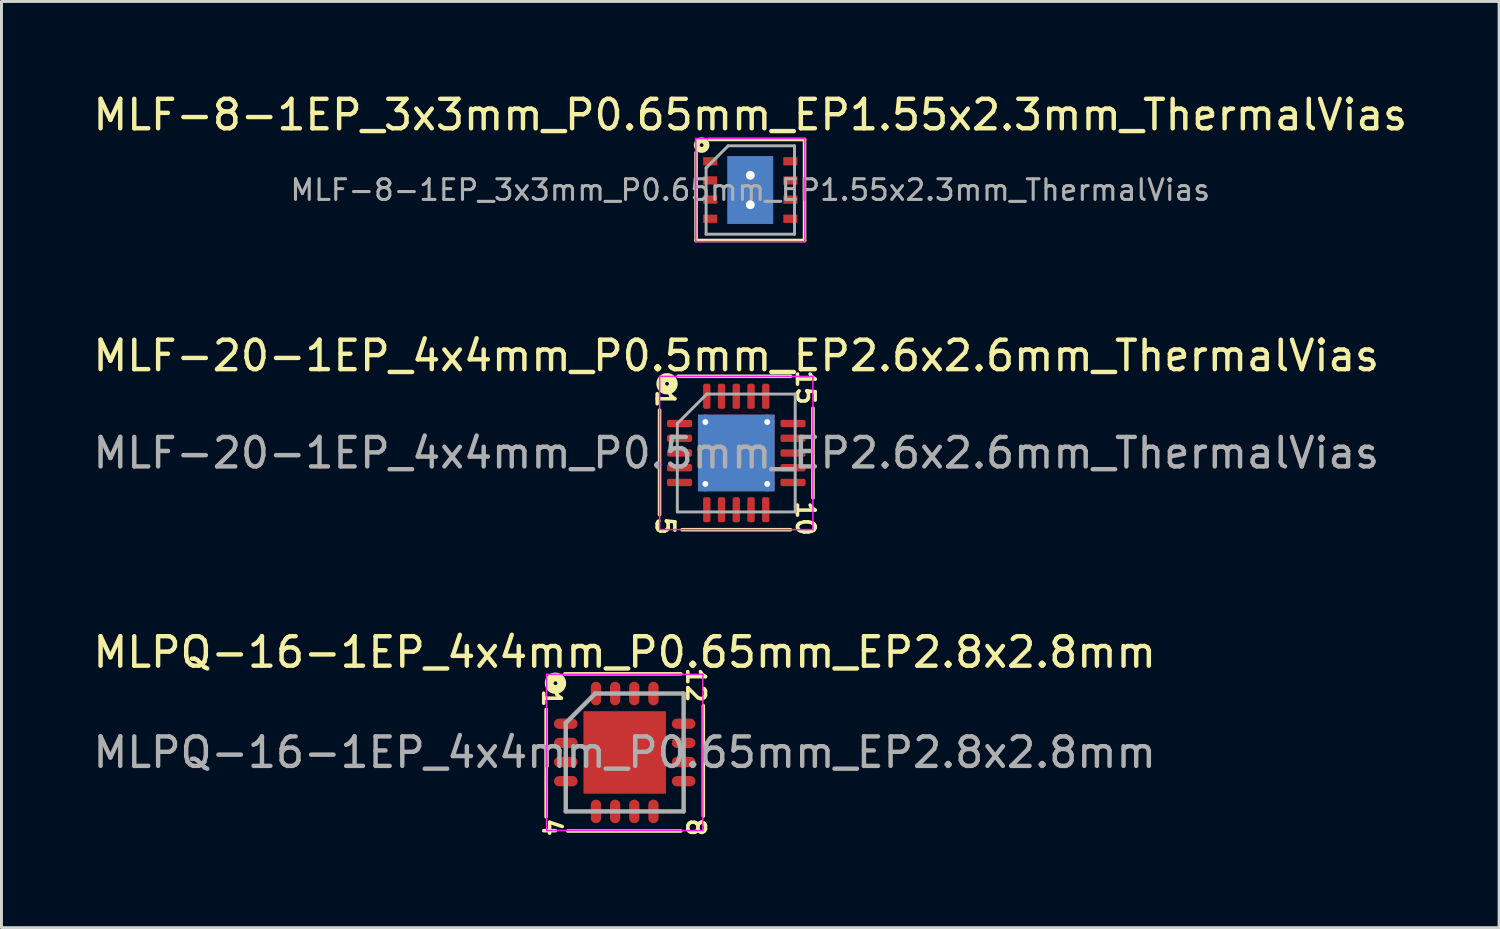
<source format=kicad_pcb>
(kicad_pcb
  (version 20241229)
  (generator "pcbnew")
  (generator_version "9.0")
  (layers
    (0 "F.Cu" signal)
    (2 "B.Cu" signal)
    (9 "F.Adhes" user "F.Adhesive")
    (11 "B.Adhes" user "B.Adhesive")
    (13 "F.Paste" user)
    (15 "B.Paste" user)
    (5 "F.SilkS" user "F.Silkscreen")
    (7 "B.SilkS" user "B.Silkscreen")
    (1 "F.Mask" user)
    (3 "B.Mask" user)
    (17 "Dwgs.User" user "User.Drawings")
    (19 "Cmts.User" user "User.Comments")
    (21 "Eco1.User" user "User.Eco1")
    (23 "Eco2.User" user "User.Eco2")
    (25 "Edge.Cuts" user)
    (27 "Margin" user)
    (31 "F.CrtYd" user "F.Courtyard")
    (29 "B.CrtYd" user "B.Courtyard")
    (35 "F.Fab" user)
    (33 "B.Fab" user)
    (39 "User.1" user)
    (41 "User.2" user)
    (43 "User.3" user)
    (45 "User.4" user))
  (footprint "MLF-8-1EP_3x3mm_P0.65mm_EP1.55x2.3mm_ThermalVias"
    (layer "F.Cu")
    (at 22.411 3.398)
    (property "Reference" "MLF-8-1EP_3x3mm_P0.65mm_EP1.55x2.3mm_ThermalVias" (at 0 -2.55 0) (layer "F.SilkS") (effects (font (size 1 1) (thickness 0.15))))
    (attr smd)
    (fp_line (start -1.841 1.714) (end -1.841 -1.27) (stroke (width 0.12) (type solid)) (layer "F.SilkS"))
    (fp_line (start -1.397 -1.714) (end 1.841 -1.714) (stroke (width 0.12) (type solid)) (layer "F.SilkS"))
    (fp_line (start 1.841 -1.714) (end 1.841 1.714) (stroke (width 0.12) (type solid)) (layer "F.SilkS"))
    (fp_line (start 1.841 1.714) (end -1.841 1.714) (stroke (width 0.12) (type solid)) (layer "F.SilkS"))
    (fp_circle (center -1.651 -1.524) (end -1.587 -1.524) (stroke (width 0.2) (type solid)) (fill no) (layer "F.SilkS"))
    (fp_line (start -1.85 -1.75) (end -1.85 1.75) (stroke (width 0.05) (type solid)) (layer "F.CrtYd"))
    (fp_line (start -1.85 -1.75) (end 1.85 -1.75) (stroke (width 0.05) (type solid)) (layer "F.CrtYd"))
    (fp_line (start -1.85 1.75) (end 1.85 1.75) (stroke (width 0.05) (type solid)) (layer "F.CrtYd"))
    (fp_line (start 1.85 -1.75) (end 1.85 1.75) (stroke (width 0.05) (type solid)) (layer "F.CrtYd"))
    (fp_line (start -1.5 -0.75) (end -0.75 -1.5) (stroke (width 0.1) (type solid)) (layer "F.Fab"))
    (fp_line (start -1.5 1.5) (end -1.5 -0.75) (stroke (width 0.1) (type solid)) (layer "F.Fab"))
    (fp_line (start -0.75 -1.5) (end 1.5 -1.5) (stroke (width 0.1) (type solid)) (layer "F.Fab"))
    (fp_line (start 1.5 -1.5) (end 1.5 1.5) (stroke (width 0.1) (type solid)) (layer "F.Fab"))
    (fp_line (start 1.5 1.5) (end -1.5 1.5) (stroke (width 0.1) (type solid)) (layer "F.Fab"))
    (fp_text user "${REFERENCE}" (at 0 0 0) (layer "F.Fab") (effects (font (size 0.7 0.7) (thickness 0.105))))
    (pad "" smd rect (at 0 -0.9) (size 1.5 0.4) (layers "F.Paste"))
    (pad "" smd rect (at 0 0) (size 1.5 0.65) (layers "F.Paste"))
    (pad "" smd rect (at 0 0.9) (size 1.5 0.4) (layers "F.Paste"))
    (pad "1" smd rect (at -1.36 -0.975) (size 0.48 0.28) (layers "F.Cu" "F.Mask" "F.Paste"))
    (pad "2" smd rect (at -1.36 -0.325) (size 0.48 0.28) (layers "F.Cu" "F.Mask" "F.Paste"))
    (pad "3" smd rect (at -1.36 0.325) (size 0.48 0.28) (layers "F.Cu" "F.Mask" "F.Paste"))
    (pad "4" smd rect (at -1.36 0.975) (size 0.48 0.28) (layers "F.Cu" "F.Mask" "F.Paste"))
    (pad "5" smd rect (at 1.36 0.975) (size 0.48 0.28) (layers "F.Cu" "F.Mask" "F.Paste"))
    (pad "6" smd rect (at 1.36 0.325) (size 0.48 0.28) (layers "F.Cu" "F.Mask" "F.Paste"))
    (pad "7" smd rect (at 1.36 -0.325) (size 0.48 0.28) (layers "F.Cu" "F.Mask" "F.Paste"))
    (pad "8" smd rect (at 1.36 -0.975) (size 0.48 0.28) (layers "F.Cu" "F.Mask" "F.Paste"))
    (pad "9" thru_hole circle (at 0 -0.5) (size 0.6 0.6) (drill 0.3) (layers "*.Cu" "*.Mask"))
    (pad "9" smd rect (at 0 0) (size 1.55 2.3) (layers "F.Cu" "F.Mask"))
    (pad "9" smd rect (at 0 0) (size 1.55 2.3) (layers "B.Cu" "B.Mask"))
    (pad "9" thru_hole circle (at 0 0.5) (size 0.6 0.6) (drill 0.3) (layers "*.Cu" "*.Mask")))
  (footprint "MLF-20-1EP_4x4mm_P0.5mm_EP2.6x2.6mm_ThermalVias"
    (layer "F.Cu")
    (at 21.935 12.322)
    (property "Reference" "MLF-20-1EP_4x4mm_P0.5mm_EP2.6x2.6mm_ThermalVias" (at 0 -3.3 0) (layer "F.SilkS") (effects (font (size 1 1) (thickness 0.15))))
    (attr smd)
    (fp_line (start -2.603 2.095) (end -2.603 -1.46) (stroke (width 0.12) (type solid)) (layer "F.SilkS"))
    (fp_line (start -1.968 -2.603) (end 1.841 -2.603) (stroke (width 0.12) (type solid)) (layer "F.SilkS"))
    (fp_line (start 1.841 2.603) (end -1.841 2.603) (stroke (width 0.12) (type solid)) (layer "F.SilkS"))
    (fp_line (start 2.603 -1.524) (end 2.603 1.524) (stroke (width 0.12) (type solid)) (layer "F.SilkS"))
    (fp_circle (center -2.349 -2.349) (end -2.286 -2.349) (stroke (width 0.3) (type solid)) (fill no) (layer "F.SilkS"))
    (fp_line (start -2.6 -2.6) (end -2.6 2.6) (stroke (width 0.05) (type solid)) (layer "F.CrtYd"))
    (fp_line (start -2.6 2.6) (end 2.6 2.6) (stroke (width 0.05) (type solid)) (layer "F.CrtYd"))
    (fp_line (start 2.6 -2.6) (end -2.6 -2.6) (stroke (width 0.05) (type solid)) (layer "F.CrtYd"))
    (fp_line (start 2.6 2.6) (end 2.6 -2.6) (stroke (width 0.05) (type solid)) (layer "F.CrtYd"))
    (fp_line (start -2 -1) (end -1 -2) (stroke (width 0.1) (type solid)) (layer "F.Fab"))
    (fp_line (start -2 2) (end -2 -1) (stroke (width 0.1) (type solid)) (layer "F.Fab"))
    (fp_line (start -1 -2) (end 2 -2) (stroke (width 0.1) (type solid)) (layer "F.Fab"))
    (fp_line (start 2 -2) (end 2 2) (stroke (width 0.1) (type solid)) (layer "F.Fab"))
    (fp_line (start 2 2) (end -2 2) (stroke (width 0.1) (type solid)) (layer "F.Fab"))
    (fp_text user "15" (at 2.349 -2.223 270) (unlocked yes) (layer "F.SilkS") (effects (font (size 0.6 0.6) (thickness 0.12))))
    (fp_text user "10" (at 2.349 2.223 270) (unlocked yes) (layer "F.SilkS") (effects (font (size 0.6 0.6) (thickness 0.12))))
    (fp_text user "1" (at -2.413 -1.841 270) (unlocked yes) (layer "F.SilkS") (effects (font (size 0.6 0.6) (thickness 0.12))))
    (fp_text user "5" (at -2.413 2.477 270) (unlocked yes) (layer "F.SilkS") (effects (font (size 0.6 0.6) (thickness 0.12))))
    (fp_text user "${REFERENCE}" (at 0 0 0) (layer "F.Fab") (effects (font (size 1 1) (thickness 0.15))))
    (pad "" smd roundrect (at -0.65 -0.65) (size 1.13 1.13) (layers "F.Paste") (roundrect_rratio 0.221))
    (pad "" smd roundrect (at -0.65 0.65) (size 1.13 1.13) (layers "F.Paste") (roundrect_rratio 0.221))
    (pad "" smd roundrect (at 0.65 -0.65) (size 1.13 1.13) (layers "F.Paste") (roundrect_rratio 0.221))
    (pad "" smd roundrect (at 0.65 0.65) (size 1.13 1.13) (layers "F.Paste") (roundrect_rratio 0.221))
    (pad "1" smd roundrect (at -1.925 -1) (size 0.85 0.25) (layers "F.Cu" "F.Mask" "F.Paste") (roundrect_rratio 0.25))
    (pad "2" smd roundrect (at -1.925 -0.5) (size 0.85 0.25) (layers "F.Cu" "F.Mask" "F.Paste") (roundrect_rratio 0.25))
    (pad "3" smd roundrect (at -1.925 0) (size 0.85 0.25) (layers "F.Cu" "F.Mask" "F.Paste") (roundrect_rratio 0.25))
    (pad "4" smd roundrect (at -1.925 0.5) (size 0.85 0.25) (layers "F.Cu" "F.Mask" "F.Paste") (roundrect_rratio 0.25))
    (pad "5" smd roundrect (at -1.925 1) (size 0.85 0.25) (layers "F.Cu" "F.Mask" "F.Paste") (roundrect_rratio 0.25))
    (pad "6" smd roundrect (at -1 1.925) (size 0.25 0.85) (layers "F.Cu" "F.Mask" "F.Paste") (roundrect_rratio 0.25))
    (pad "7" smd roundrect (at -0.5 1.925) (size 0.25 0.85) (layers "F.Cu" "F.Mask" "F.Paste") (roundrect_rratio 0.25))
    (pad "8" smd roundrect (at 0 1.925) (size 0.25 0.85) (layers "F.Cu" "F.Mask" "F.Paste") (roundrect_rratio 0.25))
    (pad "9" smd roundrect (at 0.5 1.925) (size 0.25 0.85) (layers "F.Cu" "F.Mask" "F.Paste") (roundrect_rratio 0.25))
    (pad "10" smd roundrect (at 1 1.925) (size 0.25 0.85) (layers "F.Cu" "F.Mask" "F.Paste") (roundrect_rratio 0.25))
    (pad "11" smd roundrect (at 1.925 1) (size 0.85 0.25) (layers "F.Cu" "F.Mask" "F.Paste") (roundrect_rratio 0.25))
    (pad "12" smd roundrect (at 1.925 0.5) (size 0.85 0.25) (layers "F.Cu" "F.Mask" "F.Paste") (roundrect_rratio 0.25))
    (pad "13" smd roundrect (at 1.925 0) (size 0.85 0.25) (layers "F.Cu" "F.Mask" "F.Paste") (roundrect_rratio 0.25))
    (pad "14" smd roundrect (at 1.925 -0.5) (size 0.85 0.25) (layers "F.Cu" "F.Mask" "F.Paste") (roundrect_rratio 0.25))
    (pad "15" smd roundrect (at 1.925 -1) (size 0.85 0.25) (layers "F.Cu" "F.Mask" "F.Paste") (roundrect_rratio 0.25))
    (pad "16" smd roundrect (at 1 -1.925) (size 0.25 0.85) (layers "F.Cu" "F.Mask" "F.Paste") (roundrect_rratio 0.25))
    (pad "17" smd roundrect (at 0.5 -1.925) (size 0.25 0.85) (layers "F.Cu" "F.Mask" "F.Paste") (roundrect_rratio 0.25))
    (pad "18" smd roundrect (at 0 -1.925) (size 0.25 0.85) (layers "F.Cu" "F.Mask" "F.Paste") (roundrect_rratio 0.25))
    (pad "19" smd roundrect (at -0.5 -1.925) (size 0.25 0.85) (layers "F.Cu" "F.Mask" "F.Paste") (roundrect_rratio 0.25))
    (pad "20" smd roundrect (at -1 -1.925) (size 0.25 0.85) (layers "F.Cu" "F.Mask" "F.Paste") (roundrect_rratio 0.25))
    (pad "21" thru_hole circle (at -1.05 -1.05) (size 0.5 0.5) (drill 0.2) (layers "*.Cu"))
    (pad "21" thru_hole circle (at -1.05 1.05) (size 0.5 0.5) (drill 0.2) (layers "*.Cu"))
    (pad "21" smd rect (at 0 0) (size 2.6 2.6) (layers "F.Cu" "F.Mask"))
    (pad "21" smd rect (at 0 0) (size 2.6 2.6) (layers "B.Cu" "B.Mask"))
    (pad "21" thru_hole circle (at 1.05 -1.05) (size 0.5 0.5) (drill 0.2) (layers "*.Cu"))
    (pad "21" thru_hole circle (at 1.05 1.05) (size 0.5 0.5) (drill 0.2) (layers "*.Cu")))
  (footprint "MLPQ-16-1EP_4x4mm_P0.65mm_EP2.8x2.8mm"
    (layer "F.Cu")
    (at 18.149 22.484)
    (property "Reference" "MLPQ-16-1EP_4x4mm_P0.65mm_EP2.8x2.8mm" (at 0 -3.4 0) (layer "F.SilkS") (effects (font (size 1 1) (thickness 0.15))))
    (attr smd)
    (fp_line (start -2.667 2.184) (end -2.667 -1.46) (stroke (width 0.12) (type solid)) (layer "F.SilkS"))
    (fp_line (start -2.032 -2.667) (end 1.905 -2.667) (stroke (width 0.12) (type solid)) (layer "F.SilkS"))
    (fp_line (start 1.905 2.667) (end -1.93 2.667) (stroke (width 0.12) (type solid)) (layer "F.SilkS"))
    (fp_line (start 2.667 -1.587) (end 2.667 2.159) (stroke (width 0.12) (type solid)) (layer "F.SilkS"))
    (fp_circle (center -2.349 -2.349) (end -2.286 -2.349) (stroke (width 0.3) (type solid)) (fill no) (layer "F.SilkS"))
    (fp_line (start -2.65 -2.65) (end -2.65 2.65) (stroke (width 0.05) (type solid)) (layer "F.CrtYd"))
    (fp_line (start -2.65 -2.65) (end 2.65 -2.65) (stroke (width 0.05) (type solid)) (layer "F.CrtYd"))
    (fp_line (start -2.65 2.65) (end 2.65 2.65) (stroke (width 0.05) (type solid)) (layer "F.CrtYd"))
    (fp_line (start 2.65 -2.65) (end 2.65 2.65) (stroke (width 0.05) (type solid)) (layer "F.CrtYd"))
    (fp_line (start -2 -1) (end -1 -2) (stroke (width 0.15) (type solid)) (layer "F.Fab"))
    (fp_line (start -2 2) (end -2 -1) (stroke (width 0.15) (type solid)) (layer "F.Fab"))
    (fp_line (start -1 -2) (end 2 -2) (stroke (width 0.15) (type solid)) (layer "F.Fab"))
    (fp_line (start 2 -2) (end 2 2) (stroke (width 0.15) (type solid)) (layer "F.Fab"))
    (fp_line (start 2 2) (end -2 2) (stroke (width 0.15) (type solid)) (layer "F.Fab"))
    (fp_text user "4" (at -2.477 2.54 270) (unlocked yes) (layer "F.SilkS") (effects (font (size 0.6 0.6) (thickness 0.12))))
    (fp_text user "12" (at 2.413 -2.286 270) (unlocked yes) (layer "F.SilkS") (effects (font (size 0.6 0.6) (thickness 0.12))))
    (fp_text user "8" (at 2.413 2.54 270) (unlocked yes) (layer "F.SilkS") (effects (font (size 0.6 0.6) (thickness 0.12))))
    (fp_text user "1" (at -2.477 -1.841 270) (unlocked yes) (layer "F.SilkS") (effects (font (size 0.6 0.6) (thickness 0.12))))
    (fp_text user "${REFERENCE}" (at 0 0 0) (layer "F.Fab") (effects (font (size 1 1) (thickness 0.15))))
    (pad "" smd rect (at -0.7 -0.7) (size 1.13 1.13) (layers "F.Paste"))
    (pad "" smd rect (at -0.7 0.7) (size 1.13 1.13) (layers "F.Paste"))
    (pad "" smd rect (at 0.7 -0.7) (size 1.13 1.13) (layers "F.Paste"))
    (pad "" smd rect (at 0.7 0.7) (size 1.13 1.13) (layers "F.Paste"))
    (pad "1" smd oval (at -2 -0.975) (size 0.8 0.35) (layers "F.Cu" "F.Mask" "F.Paste"))
    (pad "2" smd oval (at -2 -0.325) (size 0.8 0.35) (layers "F.Cu" "F.Mask" "F.Paste"))
    (pad "3" smd oval (at -2 0.325) (size 0.8 0.35) (layers "F.Cu" "F.Mask" "F.Paste"))
    (pad "4" smd oval (at -2 0.975) (size 0.8 0.35) (layers "F.Cu" "F.Mask" "F.Paste"))
    (pad "5" smd oval (at -0.975 2 90) (size 0.8 0.35) (layers "F.Cu" "F.Mask" "F.Paste"))
    (pad "6" smd oval (at -0.325 2 90) (size 0.8 0.35) (layers "F.Cu" "F.Mask" "F.Paste"))
    (pad "7" smd oval (at 0.325 2 90) (size 0.8 0.35) (layers "F.Cu" "F.Mask" "F.Paste"))
    (pad "8" smd oval (at 0.975 2 90) (size 0.8 0.35) (layers "F.Cu" "F.Mask" "F.Paste"))
    (pad "9" smd oval (at 2 0.975) (size 0.8 0.35) (layers "F.Cu" "F.Mask" "F.Paste"))
    (pad "10" smd oval (at 2 0.325) (size 0.8 0.35) (layers "F.Cu" "F.Mask" "F.Paste"))
    (pad "11" smd oval (at 2 -0.325) (size 0.8 0.35) (layers "F.Cu" "F.Mask" "F.Paste"))
    (pad "12" smd oval (at 2 -0.975) (size 0.8 0.35) (layers "F.Cu" "F.Mask" "F.Paste"))
    (pad "13" smd oval (at 0.975 -2 90) (size 0.8 0.35) (layers "F.Cu" "F.Mask" "F.Paste"))
    (pad "14" smd oval (at 0.325 -2 90) (size 0.8 0.35) (layers "F.Cu" "F.Mask" "F.Paste"))
    (pad "15" smd oval (at -0.325 -2 90) (size 0.8 0.35) (layers "F.Cu" "F.Mask" "F.Paste"))
    (pad "16" smd oval (at -0.975 -2 90) (size 0.8 0.35) (layers "F.Cu" "F.Mask" "F.Paste"))
    (pad "17" smd rect (at 0 0) (size 2.8 2.8) (layers "F.Cu" "F.Mask")))
  (gr_rect
    (start -3 -3)
    (end 47.821 28.429)
    (stroke (width 0.1) (type default))
    (fill no)
    (layer "Edge.Cuts")))
</source>
